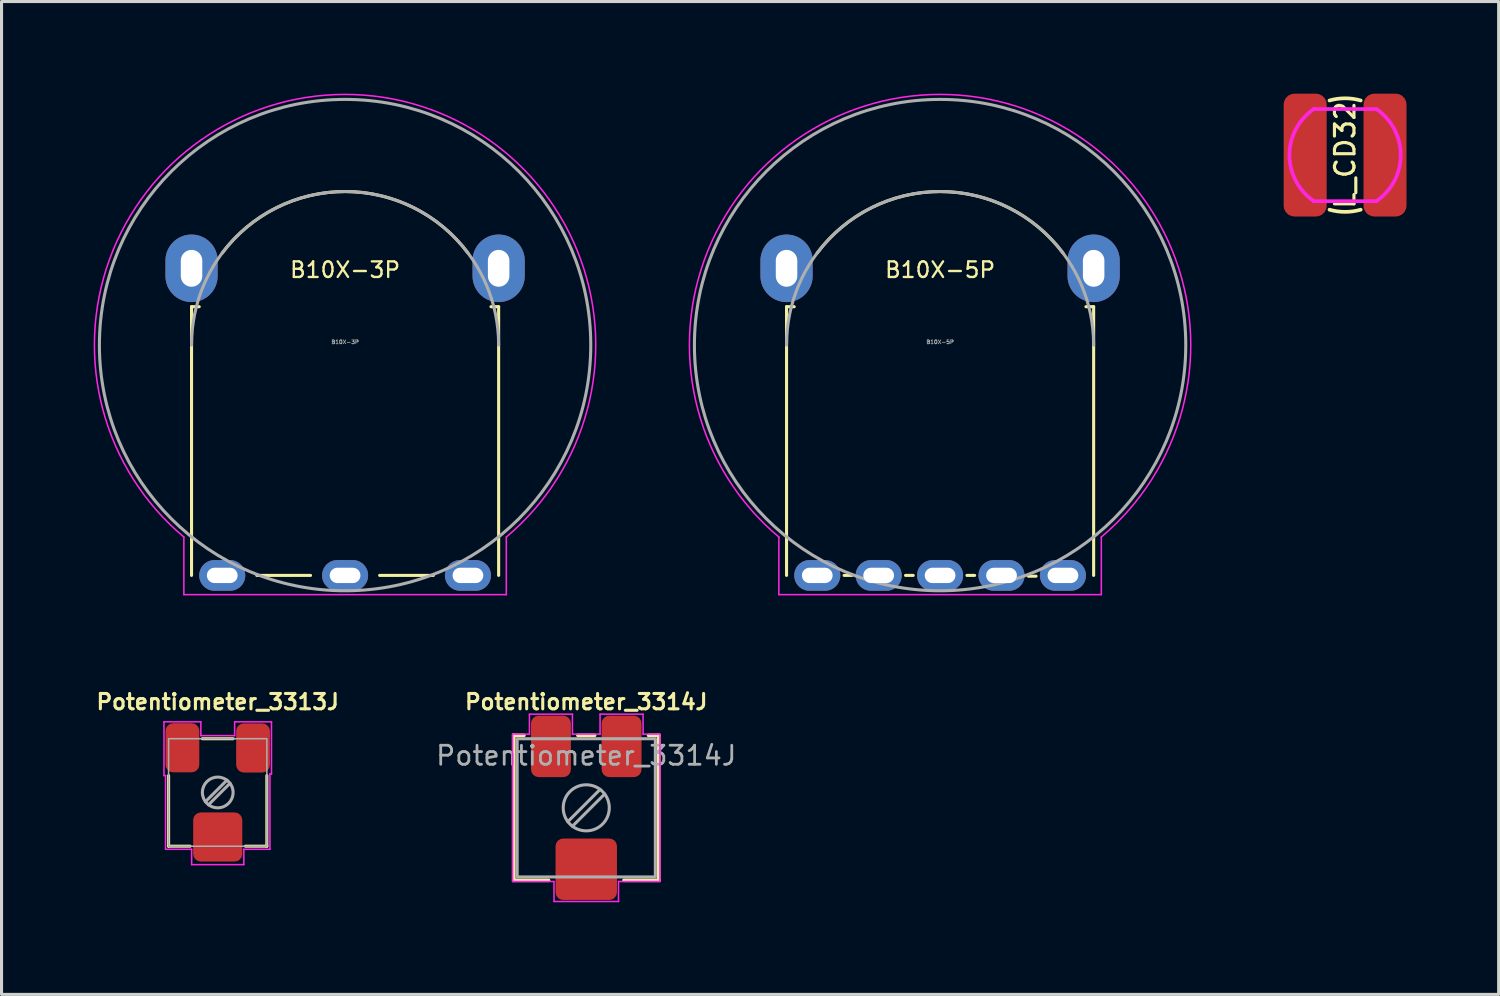
<source format=kicad_pcb>
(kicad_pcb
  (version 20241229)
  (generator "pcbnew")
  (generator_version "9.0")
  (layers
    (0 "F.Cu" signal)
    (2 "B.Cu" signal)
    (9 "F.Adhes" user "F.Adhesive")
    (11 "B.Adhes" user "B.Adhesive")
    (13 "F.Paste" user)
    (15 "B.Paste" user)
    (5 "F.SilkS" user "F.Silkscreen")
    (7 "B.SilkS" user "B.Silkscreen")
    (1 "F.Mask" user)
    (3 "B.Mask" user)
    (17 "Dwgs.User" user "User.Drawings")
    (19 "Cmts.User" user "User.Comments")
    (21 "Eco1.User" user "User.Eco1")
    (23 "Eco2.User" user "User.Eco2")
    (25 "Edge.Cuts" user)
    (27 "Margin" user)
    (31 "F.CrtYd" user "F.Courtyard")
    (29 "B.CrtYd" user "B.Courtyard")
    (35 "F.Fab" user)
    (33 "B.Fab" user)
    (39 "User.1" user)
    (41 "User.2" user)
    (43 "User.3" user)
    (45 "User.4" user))
  (footprint "B10X-3P"
    (layer "F.Cu")
    (at 8.187 8.187)
    (property "Reference" "B10X-3P" (at 0 -2.45 180) (layer "F.SilkS") (effects (font (size 0.508 0.508) (thickness 0.076))))
    (attr through_hole)
    (fp_line (start -5 -1.25) (end -4.75 -1.25) (stroke (width 0.1) (type default)) (layer "F.SilkS"))
    (fp_line (start -5 7.5) (end -5 -1.25) (stroke (width 0.1) (type default)) (layer "F.SilkS"))
    (fp_line (start -2.875 7.5) (end -1.125 7.5) (stroke (width 0.1) (type default)) (layer "F.SilkS"))
    (fp_line (start 1.125 7.5) (end 2.875 7.5) (stroke (width 0.1) (type default)) (layer "F.SilkS"))
    (fp_line (start 5 -1.25) (end 4.75 -1.25) (stroke (width 0.1) (type default)) (layer "F.SilkS"))
    (fp_line (start 5 -1.25) (end 5 7.5) (stroke (width 0.1) (type default)) (layer "F.SilkS"))
    (fp_arc (start -4 -3) (mid 0 -5) (end 4 -3) (stroke (width 0.1) (type default)) (layer "F.SilkS"))
    (fp_line (start -5.25 8.125) (end -5.25 6.25) (stroke (width 0.05) (type default)) (layer "F.CrtYd"))
    (fp_line (start 5.25 6.25) (end 5.25 8.125) (stroke (width 0.05) (type default)) (layer "F.CrtYd"))
    (fp_line (start 5.25 8.125) (end -5.25 8.125) (stroke (width 0.05) (type default)) (layer "F.CrtYd"))
    (fp_arc (start -5.249999 6.249999) (mid 0 -8.162412) (end 5.249999 6.249999) (stroke (width 0.05) (type default)) (layer "F.CrtYd"))
    (fp_arc (start -5 0) (mid 0 -5) (end 5 0) (stroke (width 0.1) (type default)) (layer "F.Fab"))
    (fp_circle (center 0 0) (end 8 0) (stroke (width 0.1) (type default)) (fill no) (layer "F.Fab"))
    (fp_text user "${REFERENCE}" (at 0 -0.1 180) (layer "F.Fab") (effects (font (size 0.127 0.127) (thickness 0.025))))
    (pad "" thru_hole oval (at -5 -2.5) (size 1.7 2.2) (drill oval 0.7 1.2) (layers "*.Cu" "*.Mask"))
    (pad "" thru_hole oval (at 5 -2.5) (size 1.7 2.2) (drill oval 0.7 1.2) (layers "*.Cu" "*.Mask"))
    (pad "1" thru_hole oval (at -4 7.5) (size 1.5 1) (drill oval 1 0.5) (layers "*.Cu" "*.Mask"))
    (pad "2" thru_hole oval (at 0 7.5) (size 1.5 1) (drill oval 1 0.5) (layers "*.Cu" "*.Mask"))
    (pad "3" thru_hole oval (at 4 7.5) (size 1.5 1) (drill oval 1 0.5) (layers "*.Cu" "*.Mask")))
  (footprint "B10X-5P"
    (layer "F.Cu")
    (at 27.562 8.187)
    (property "Reference" "B10X-5P" (at 0 -2.45 180) (layer "F.SilkS") (effects (font (size 0.508 0.508) (thickness 0.076))))
    (attr through_hole)
    (fp_line (start -5 -1.25) (end -4.75 -1.25) (stroke (width 0.1) (type default)) (layer "F.SilkS"))
    (fp_line (start -5 7.5) (end -5 -1.25) (stroke (width 0.1) (type default)) (layer "F.SilkS"))
    (fp_line (start -3.125 7.5) (end -2.875 7.5) (stroke (width 0.1) (type default)) (layer "F.SilkS"))
    (fp_line (start -1.125 7.5) (end -0.875 7.5) (stroke (width 0.1) (type default)) (layer "F.SilkS"))
    (fp_line (start 0.875 7.5) (end 1.125 7.5) (stroke (width 0.1) (type default)) (layer "F.SilkS"))
    (fp_line (start 2.875 7.525) (end 3.125 7.525) (stroke (width 0.1) (type default)) (layer "F.SilkS"))
    (fp_line (start 5 -1.25) (end 4.75 -1.25) (stroke (width 0.1) (type default)) (layer "F.SilkS"))
    (fp_line (start 5 -1.25) (end 5 7.5) (stroke (width 0.1) (type default)) (layer "F.SilkS"))
    (fp_arc (start -4 -3) (mid 0 -5) (end 4 -3) (stroke (width 0.1) (type default)) (layer "F.SilkS"))
    (fp_line (start -5.25 8.125) (end -5.25 6.25) (stroke (width 0.05) (type default)) (layer "F.CrtYd"))
    (fp_line (start 5.25 6.25) (end 5.25 8.125) (stroke (width 0.05) (type default)) (layer "F.CrtYd"))
    (fp_line (start 5.25 8.125) (end -5.25 8.125) (stroke (width 0.05) (type default)) (layer "F.CrtYd"))
    (fp_arc (start -5.249999 6.249999) (mid 0 -8.162412) (end 5.249999 6.249999) (stroke (width 0.05) (type default)) (layer "F.CrtYd"))
    (fp_arc (start -5 0) (mid 0 -5) (end 5 0) (stroke (width 0.1) (type default)) (layer "F.Fab"))
    (fp_circle (center 0 0) (end 8 0) (stroke (width 0.1) (type default)) (fill no) (layer "F.Fab"))
    (fp_text user "${REFERENCE}" (at 0 -0.1 180) (layer "F.Fab") (effects (font (size 0.127 0.127) (thickness 0.025))))
    (pad "" thru_hole oval (at -5 -2.5) (size 1.7 2.2) (drill oval 0.7 1.2) (layers "*.Cu" "*.Mask"))
    (pad "" thru_hole oval (at 5 -2.5) (size 1.7 2.2) (drill oval 0.7 1.2) (layers "*.Cu" "*.Mask"))
    (pad "1" thru_hole oval (at -4 7.5) (size 1.5 1) (drill oval 1 0.5) (layers "*.Cu" "*.Mask"))
    (pad "2" thru_hole oval (at -2 7.5) (size 1.5 1) (drill oval 1 0.5) (layers "*.Cu" "*.Mask"))
    (pad "3" thru_hole oval (at 0 7.5) (size 1.5 1) (drill oval 1 0.5) (layers "*.Cu" "*.Mask"))
    (pad "4" thru_hole oval (at 2 7.5) (size 1.5 1) (drill oval 1 0.5) (layers "*.Cu" "*.Mask"))
    (pad "5" thru_hole oval (at 4 7.5) (size 1.5 1) (drill oval 1 0.5) (layers "*.Cu" "*.Mask")))
  (footprint "L_CD32"
    (layer "F.Cu")
    (at 40.75 2)
    (property "Reference" "L_CD32" (at 0 0 90) (layer "F.SilkS") (effects (font (size 0.635 0.635) (thickness 0.102))))
    (attr smd)
    (fp_arc (start -0.508 -1.777999) (mid 0 -1.849147) (end 0.507999 -1.777999) (stroke (width 0.12) (type solid)) (layer "F.SilkS"))
    (fp_arc (start 0.508 1.777999) (mid 0 1.849147) (end -0.507999 1.777999) (stroke (width 0.12) (type solid)) (layer "F.SilkS"))
    (fp_line (start -1.016 -1.5) (end 1.016 -1.5) (stroke (width 0.12) (type solid)) (layer "F.CrtYd"))
    (fp_line (start -1.016 1.5) (end 1.016 1.5) (stroke (width 0.12) (type solid)) (layer "F.CrtYd"))
    (fp_arc (start -1.015999 1.499999) (mid -1.811698 0) (end -1.015999 -1.499999) (stroke (width 0.12) (type solid)) (layer "F.CrtYd"))
    (fp_arc (start 1.015999 -1.499999) (mid 1.811698 0) (end 1.015999 1.499999) (stroke (width 0.12) (type solid)) (layer "F.CrtYd"))
    (pad "1" smd roundrect (at -1.3 0) (size 1.4 4) (layers "F.Cu" "F.Mask" "F.Paste") (roundrect_rratio 0.25))
    (pad "2" smd roundrect (at 1.3 0) (size 1.4 4) (layers "F.Cu" "F.Mask" "F.Paste") (roundrect_rratio 0.25)))
  (footprint "Potentiometer_3314J"
    (layer "F.Cu")
    (at 16.04 23.255)
    (property "Reference" "Potentiometer_3314J" (at 0 -3.45 0) (layer "F.SilkS") (effects (font (size 0.5 0.5) (thickness 0.1) (bold yes))))
    (attr smd)
    (fp_line (start -2.36 -2.36) (end -2.36 2.36) (stroke (width 0.12) (type solid)) (layer "F.SilkS"))
    (fp_line (start -2.36 -2.36) (end -2.03 -2.36) (stroke (width 0.12) (type solid)) (layer "F.SilkS"))
    (fp_line (start -2.36 2.36) (end -1.23 2.36) (stroke (width 0.12) (type solid)) (layer "F.SilkS"))
    (fp_line (start -0.27 -2.36) (end 0.27 -2.36) (stroke (width 0.12) (type solid)) (layer "F.SilkS"))
    (fp_line (start 1.23 2.36) (end 2.36 2.36) (stroke (width 0.12) (type solid)) (layer "F.SilkS"))
    (fp_line (start 2.03 -2.36) (end 2.36 -2.36) (stroke (width 0.12) (type solid)) (layer "F.SilkS"))
    (fp_line (start 2.36 -2.36) (end 2.36 2.36) (stroke (width 0.12) (type solid)) (layer "F.SilkS"))
    (fp_line (start -2.4 -2.4) (end -2.4 2.4) (stroke (width 0.05) (type default)) (layer "F.CrtYd"))
    (fp_line (start -2.4 2.4) (end -1.05 2.4) (stroke (width 0.05) (type default)) (layer "F.CrtYd"))
    (fp_line (start -1.85 -3.05) (end -1.85 -2.4) (stroke (width 0.05) (type default)) (layer "F.CrtYd"))
    (fp_line (start -1.85 -2.4) (end -2.4 -2.4) (stroke (width 0.05) (type default)) (layer "F.CrtYd"))
    (fp_line (start -1.05 2.4) (end -1.05 3.05) (stroke (width 0.05) (type default)) (layer "F.CrtYd"))
    (fp_line (start -1.05 3.05) (end 1.05 3.05) (stroke (width 0.05) (type default)) (layer "F.CrtYd"))
    (fp_line (start -0.45 -3.05) (end -1.85 -3.05) (stroke (width 0.05) (type default)) (layer "F.CrtYd"))
    (fp_line (start -0.45 -2.4) (end -0.45 -3.05) (stroke (width 0.05) (type default)) (layer "F.CrtYd"))
    (fp_line (start 0.45 -3.05) (end 0.45 -2.4) (stroke (width 0.05) (type default)) (layer "F.CrtYd"))
    (fp_line (start 0.45 -2.4) (end -0.45 -2.4) (stroke (width 0.05) (type default)) (layer "F.CrtYd"))
    (fp_line (start 1.05 2.4) (end 2.4 2.4) (stroke (width 0.05) (type default)) (layer "F.CrtYd"))
    (fp_line (start 1.05 3.05) (end 1.05 2.4) (stroke (width 0.05) (type default)) (layer "F.CrtYd"))
    (fp_line (start 1.85 -3.05) (end 0.45 -3.05) (stroke (width 0.05) (type default)) (layer "F.CrtYd"))
    (fp_line (start 1.85 -2.4) (end 1.85 -3.05) (stroke (width 0.05) (type default)) (layer "F.CrtYd"))
    (fp_line (start 2.4 -2.4) (end 1.85 -2.4) (stroke (width 0.05) (type default)) (layer "F.CrtYd"))
    (fp_line (start 2.4 2.4) (end 2.4 -2.4) (stroke (width 0.05) (type default)) (layer "F.CrtYd"))
    (fp_line (start 0.45 -0.6) (end -0.6 0.45) (stroke (width 0.1) (type solid)) (layer "F.Fab"))
    (fp_line (start 0.6 -0.45) (end -0.45 0.6) (stroke (width 0.1) (type solid)) (layer "F.Fab"))
    (fp_rect (start -2.25 -2.25) (end 2.25 2.25) (stroke (width 0.1) (type solid)) (fill no) (layer "F.Fab"))
    (fp_circle (center 0 0) (end 0.75 0) (stroke (width 0.1) (type solid)) (fill no) (layer "F.Fab"))
    (fp_text user "${REFERENCE}" (at 0 -1.7 0) (layer "F.Fab") (effects (font (size 0.62 0.62) (thickness 0.09))))
    (pad "1" smd roundrect (at 1.15 -2) (size 1.3 2) (layers "F.Cu" "F.Mask" "F.Paste") (roundrect_rratio 0.192))
    (pad "2" smd roundrect (at 0 2) (size 2 2) (layers "F.Cu" "F.Mask" "F.Paste") (roundrect_rratio 0.125))
    (pad "3" smd roundrect (at -1.15 -2) (size 1.3 2) (layers "F.Cu" "F.Mask" "F.Paste") (roundrect_rratio 0.192)))
  (footprint "Potentiometer_3313J"
    (layer "F.Cu")
    (at 4.04 22.755)
    (property "Reference" "Potentiometer_3313J" (at 0 -2.95 180) (layer "F.SilkS") (effects (font (size 0.5 0.5) (thickness 0.1) (bold yes))))
    (attr smd)
    (fp_line (start -1.6 1.75) (end -1.6 -0.55) (stroke (width 0.1) (type default)) (layer "F.SilkS"))
    (fp_line (start -1.6 1.75) (end -0.9 1.75) (stroke (width 0.1) (type solid)) (layer "F.SilkS"))
    (fp_line (start 0.5 -1.75) (end -0.5 -1.75) (stroke (width 0.1) (type default)) (layer "F.SilkS"))
    (fp_line (start 0.9 1.75) (end 1.6 1.75) (stroke (width 0.1) (type solid)) (layer "F.SilkS"))
    (fp_line (start 1.6 1.75) (end 1.6 -0.55) (stroke (width 0.1) (type default)) (layer "F.SilkS"))
    (fp_line (start -1.75 -2.3) (end -0.55 -2.3) (stroke (width 0.05) (type default)) (layer "F.CrtYd"))
    (fp_line (start -1.75 -0.55) (end -1.75 -2.3) (stroke (width 0.05) (type default)) (layer "F.CrtYd"))
    (fp_line (start -1.7 -0.55) (end -1.75 -0.55) (stroke (width 0.05) (type default)) (layer "F.CrtYd"))
    (fp_line (start -1.7 1.85) (end -1.7 -0.55) (stroke (width 0.05) (type default)) (layer "F.CrtYd"))
    (fp_line (start -0.85 1.85) (end -1.7 1.85) (stroke (width 0.05) (type default)) (layer "F.CrtYd"))
    (fp_line (start -0.85 2.35) (end -0.85 1.85) (stroke (width 0.05) (type default)) (layer "F.CrtYd"))
    (fp_line (start -0.55 -2.3) (end -0.55 -1.85) (stroke (width 0.05) (type default)) (layer "F.CrtYd"))
    (fp_line (start -0.55 -1.85) (end 0.55 -1.85) (stroke (width 0.05) (type default)) (layer "F.CrtYd"))
    (fp_line (start 0.55 -2.3) (end 1.75 -2.3) (stroke (width 0.05) (type default)) (layer "F.CrtYd"))
    (fp_line (start 0.55 -1.85) (end 0.55 -2.3) (stroke (width 0.05) (type default)) (layer "F.CrtYd"))
    (fp_line (start 0.85 1.85) (end 0.85 2.35) (stroke (width 0.05) (type default)) (layer "F.CrtYd"))
    (fp_line (start 0.85 2.35) (end -0.85 2.35) (stroke (width 0.05) (type default)) (layer "F.CrtYd"))
    (fp_line (start 1.7 -0.6) (end 1.7 1.85) (stroke (width 0.05) (type default)) (layer "F.CrtYd"))
    (fp_line (start 1.7 1.85) (end 0.85 1.85) (stroke (width 0.05) (type default)) (layer "F.CrtYd"))
    (fp_line (start 1.75 -2.3) (end 1.75 -0.6) (stroke (width 0.05) (type default)) (layer "F.CrtYd"))
    (fp_line (start 1.75 -0.6) (end 1.7 -0.6) (stroke (width 0.05) (type default)) (layer "F.CrtYd"))
    (fp_line (start 0.3 -0.4) (end -0.4 0.3) (stroke (width 0.1) (type solid)) (layer "F.Fab"))
    (fp_line (start 0.4 -0.3) (end -0.3 0.4) (stroke (width 0.1) (type solid)) (layer "F.Fab"))
    (fp_rect (start -1.6 -1.75) (end 1.6 1.75) (stroke (width 0.05) (type solid)) (fill no) (layer "F.Fab"))
    (fp_circle (center 0 0) (end 0.5 0) (stroke (width 0.1) (type solid)) (fill no) (layer "F.Fab"))
    (pad "1" smd roundrect (at -1.15 -1.456 180) (size 1.1 1.6) (layers "F.Cu" "F.Mask" "F.Paste") (roundrect_rratio 0.227))
    (pad "2" smd roundrect (at 0 1.45 180) (size 1.6 1.6) (layers "F.Cu" "F.Mask" "F.Paste") (roundrect_rratio 0.156))
    (pad "3" smd roundrect (at 1.15 -1.45 180) (size 1.1 1.6) (layers "F.Cu" "F.Mask" "F.Paste") (roundrect_rratio 0.227)))
  (gr_rect
    (start -3 -3)
    (end 45.75 29.33)
    (stroke (width 0.1) (type default))
    (fill no)
    (layer "Edge.Cuts")))
</source>
